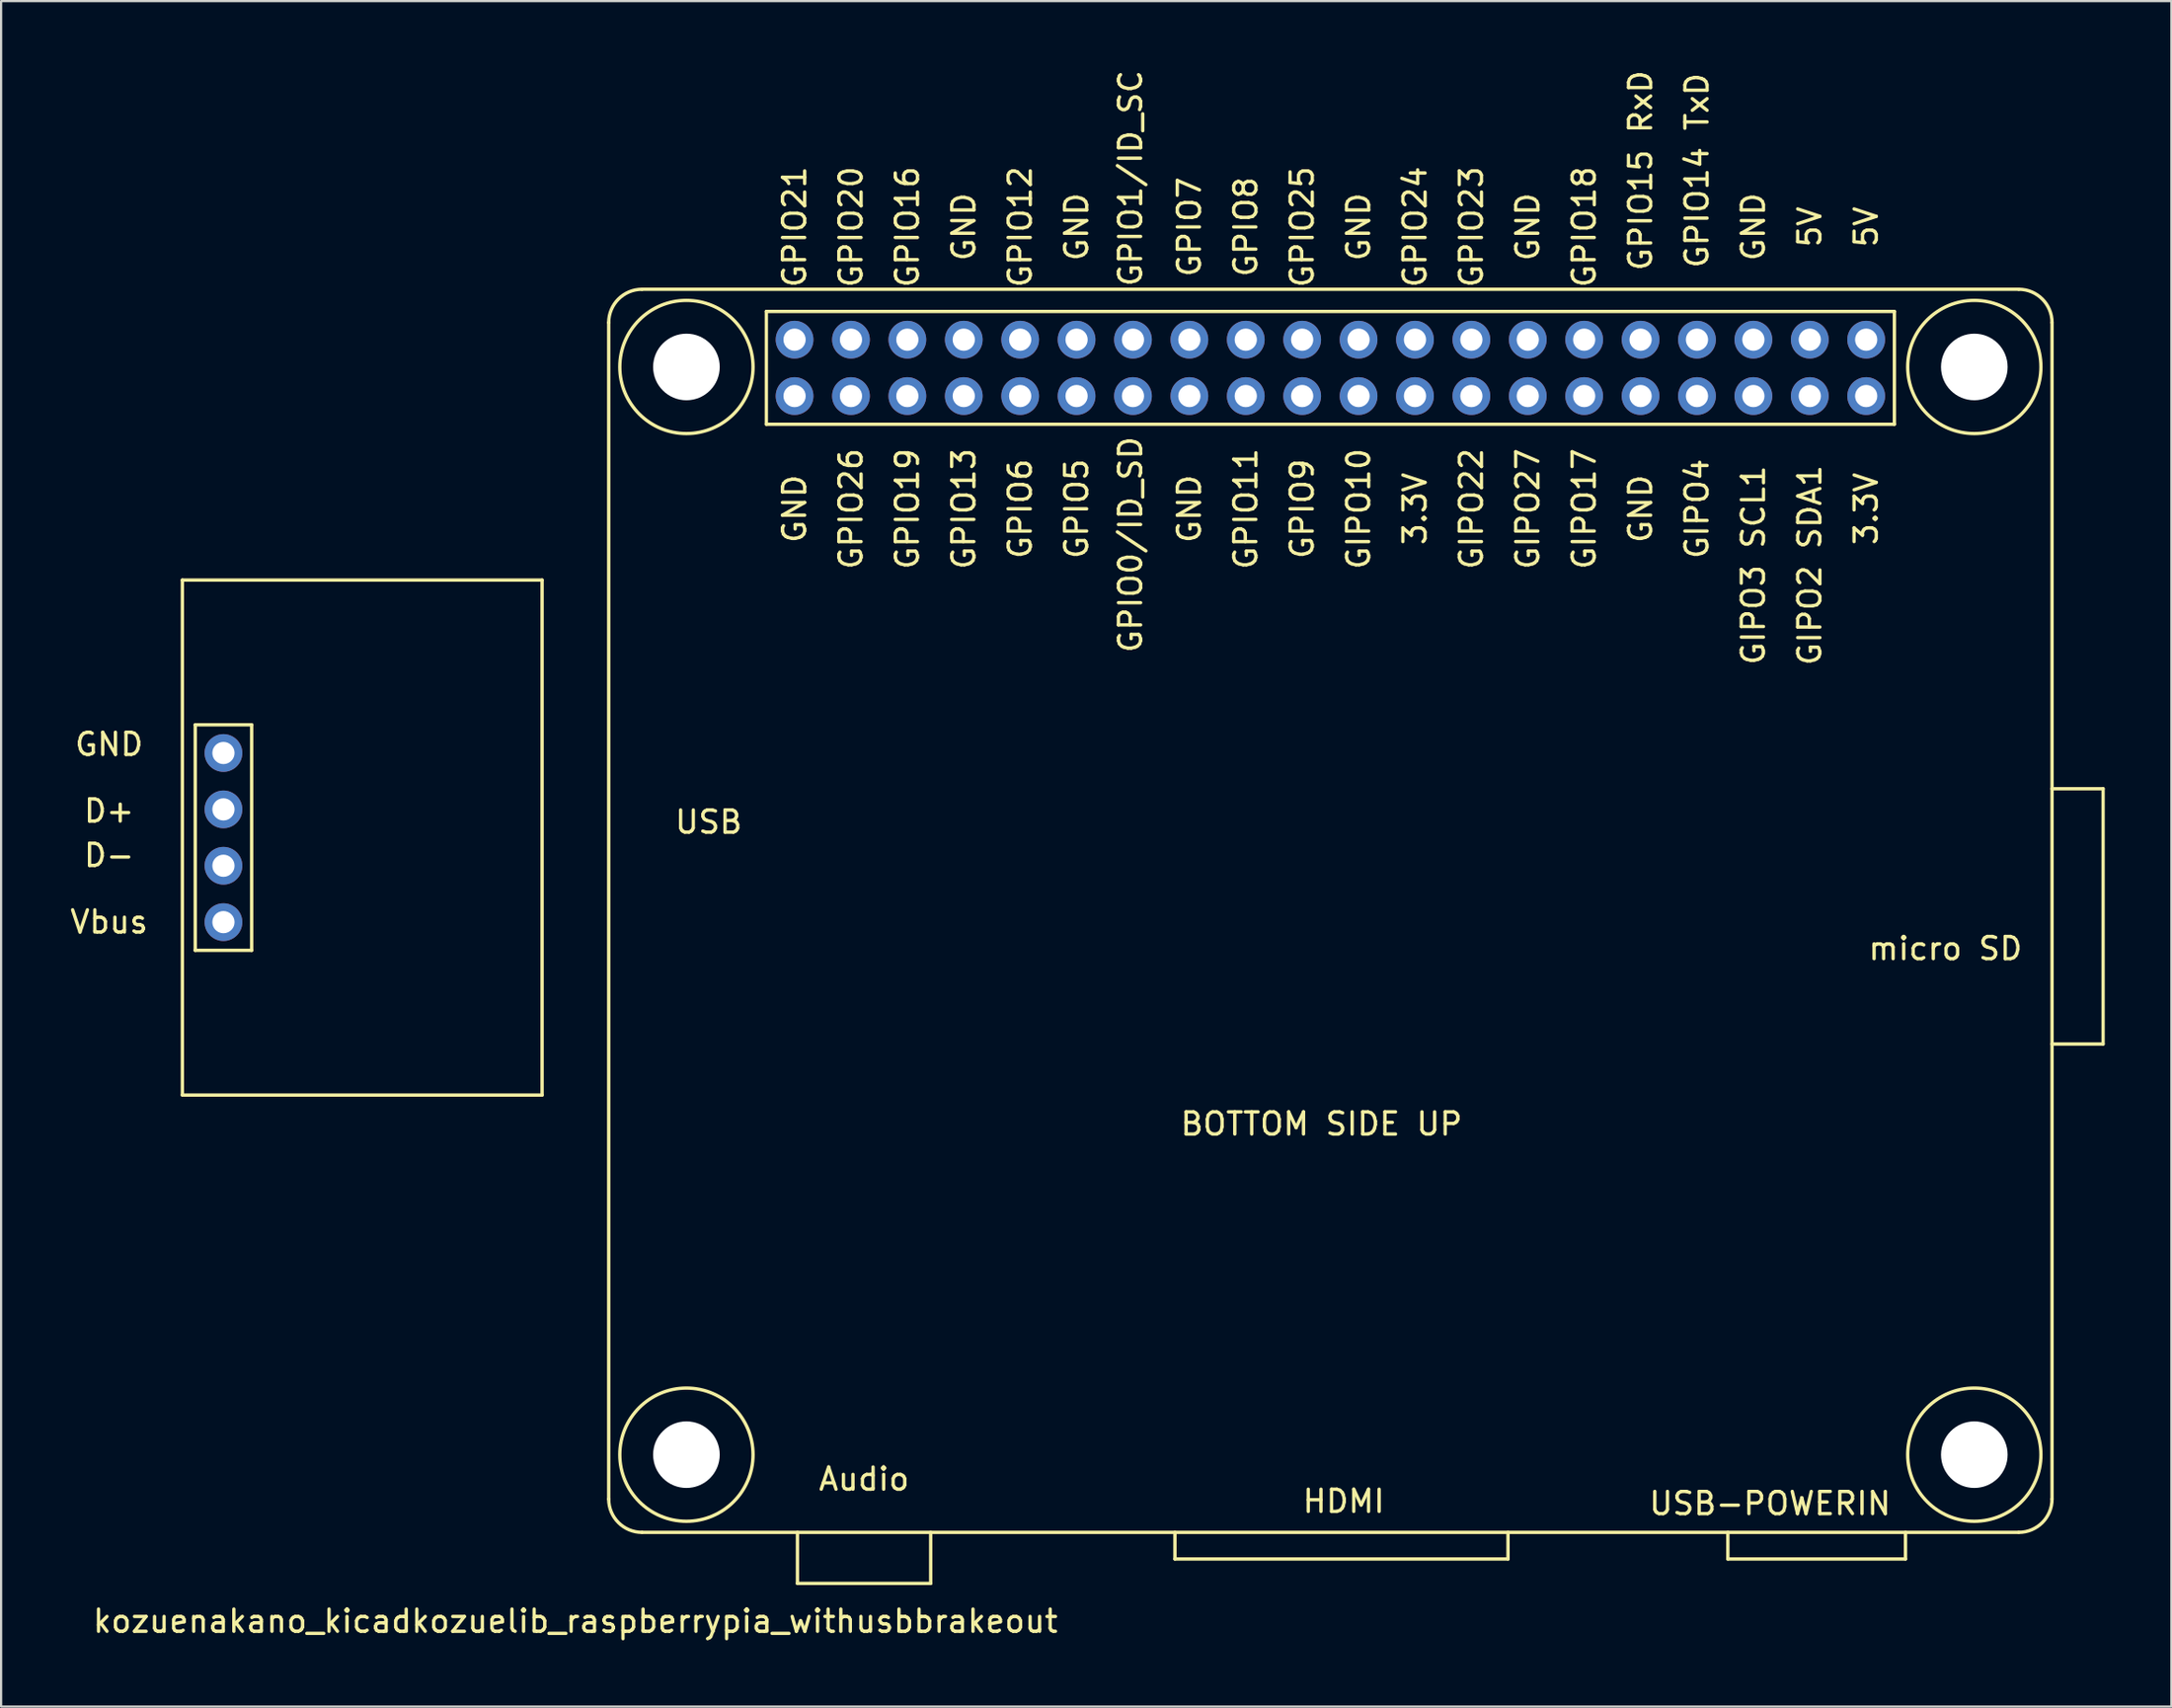
<source format=kicad_pcb>
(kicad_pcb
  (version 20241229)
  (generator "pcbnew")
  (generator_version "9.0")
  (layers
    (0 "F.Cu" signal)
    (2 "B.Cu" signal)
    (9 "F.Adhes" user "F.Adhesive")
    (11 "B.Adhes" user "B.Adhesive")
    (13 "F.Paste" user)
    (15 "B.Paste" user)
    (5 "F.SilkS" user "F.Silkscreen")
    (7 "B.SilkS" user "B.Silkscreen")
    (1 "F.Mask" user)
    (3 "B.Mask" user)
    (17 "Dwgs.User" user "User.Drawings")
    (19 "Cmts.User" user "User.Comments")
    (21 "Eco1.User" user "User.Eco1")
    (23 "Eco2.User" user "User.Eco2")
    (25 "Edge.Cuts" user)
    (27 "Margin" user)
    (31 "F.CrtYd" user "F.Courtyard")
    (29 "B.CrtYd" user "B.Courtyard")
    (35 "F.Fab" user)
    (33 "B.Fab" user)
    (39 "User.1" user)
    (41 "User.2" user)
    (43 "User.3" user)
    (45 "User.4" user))
  (footprint "kozuenakano_kicadkozuelib_raspberrypia_withusbbrakeout"
    (layer "F.Cu")
    (at 85.863 13.482)
    (property "Reference" "kozuenakano_kicadkozuelib_raspberrypia_withusbbrakeout" (at -63 56.5 0) (layer "F.SilkS") (effects (font (size 1 1) (thickness 0.15))))
    (attr through_hole)
    (fp_line (start -80.7 9.6) (end -80.7 32.8) (stroke (width 0.15) (type solid)) (layer "F.SilkS"))
    (fp_line (start -80.7 32.8) (end -64.5 32.8) (stroke (width 0.15) (type solid)) (layer "F.SilkS"))
    (fp_line (start -80.12 16.12) (end -77.58 16.12) (stroke (width 0.15) (type solid)) (layer "F.SilkS"))
    (fp_line (start -80.12 26.28) (end -80.12 16.12) (stroke (width 0.15) (type solid)) (layer "F.SilkS"))
    (fp_line (start -77.58 16.12) (end -77.58 26.28) (stroke (width 0.15) (type solid)) (layer "F.SilkS"))
    (fp_line (start -77.58 26.28) (end -80.12 26.28) (stroke (width 0.15) (type solid)) (layer "F.SilkS"))
    (fp_line (start -64.5 9.6) (end -80.7 9.6) (stroke (width 0.15) (type solid)) (layer "F.SilkS"))
    (fp_line (start -64.5 32.8) (end -64.5 9.6) (stroke (width 0.15) (type solid)) (layer "F.SilkS"))
    (fp_line (start -61.5 51) (end -61.5 -2) (stroke (width 0.15) (type solid)) (layer "F.SilkS"))
    (fp_line (start -54.4 -2.5) (end -54.4 2.58) (stroke (width 0.15) (type solid)) (layer "F.SilkS"))
    (fp_line (start -54.4 2.58) (end -3.6 2.58) (stroke (width 0.15) (type solid)) (layer "F.SilkS"))
    (fp_line (start -53 54.8) (end -53 52.5) (stroke (width 0.15) (type solid)) (layer "F.SilkS"))
    (fp_line (start -47 52.5) (end -47 54.8) (stroke (width 0.15) (type solid)) (layer "F.SilkS"))
    (fp_line (start -47 54.8) (end -53 54.8) (stroke (width 0.15) (type solid)) (layer "F.SilkS"))
    (fp_line (start -36 53.7) (end -36 52.5) (stroke (width 0.15) (type solid)) (layer "F.SilkS"))
    (fp_line (start -21 52.5) (end -21 53.7) (stroke (width 0.15) (type solid)) (layer "F.SilkS"))
    (fp_line (start -21 53.7) (end -36 53.7) (stroke (width 0.15) (type solid)) (layer "F.SilkS"))
    (fp_line (start -11.1 53.7) (end -11.1 52.5) (stroke (width 0.15) (type solid)) (layer "F.SilkS"))
    (fp_line (start -3.6 -2.5) (end -54.4 -2.5) (stroke (width 0.15) (type solid)) (layer "F.SilkS"))
    (fp_line (start -3.6 2.58) (end -3.6 -2.5) (stroke (width 0.15) (type solid)) (layer "F.SilkS"))
    (fp_line (start -3.1 52.5) (end -3.1 53.7) (stroke (width 0.15) (type solid)) (layer "F.SilkS"))
    (fp_line (start -3.1 53.7) (end -11.1 53.7) (stroke (width 0.15) (type solid)) (layer "F.SilkS"))
    (fp_line (start 2 -3.5) (end -60 -3.5) (stroke (width 0.15) (type solid)) (layer "F.SilkS"))
    (fp_line (start 2 52.5) (end -60 52.5) (stroke (width 0.15) (type solid)) (layer "F.SilkS"))
    (fp_line (start 3.5 -2) (end 3.5 51) (stroke (width 0.15) (type solid)) (layer "F.SilkS"))
    (fp_line (start 3.5 30.5) (end 5.8 30.5) (stroke (width 0.15) (type solid)) (layer "F.SilkS"))
    (fp_line (start 5.8 19) (end 3.5 19) (stroke (width 0.15) (type solid)) (layer "F.SilkS"))
    (fp_line (start 5.8 30.5) (end 5.8 19) (stroke (width 0.15) (type solid)) (layer "F.SilkS"))
    (fp_arc (start -61.5 -2) (mid -61.06066 -3.06066) (end -60 -3.5) (stroke (width 0.15) (type solid)) (layer "F.SilkS"))
    (fp_arc (start -60 52.5) (mid -61.06066 52.06066) (end -61.5 51) (stroke (width 0.15) (type solid)) (layer "F.SilkS"))
    (fp_arc (start 2 -3.5) (mid 3.06066 -3.06066) (end 3.5 -2) (stroke (width 0.15) (type solid)) (layer "F.SilkS"))
    (fp_arc (start 3.5 51) (mid 3.06066 52.06066) (end 2 52.5) (stroke (width 0.15) (type solid)) (layer "F.SilkS"))
    (fp_circle (center -58 0) (end -61 0) (stroke (width 0.15) (type solid)) (fill no) (layer "F.SilkS"))
    (fp_circle (center -58 49) (end -55 49) (stroke (width 0.15) (type solid)) (fill no) (layer "F.SilkS"))
    (fp_circle (center 0 0) (end 3 0) (stroke (width 0.15) (type solid)) (fill no) (layer "F.SilkS"))
    (fp_circle (center 0 49) (end 3 49) (stroke (width 0.15) (type solid)) (fill no) (layer "F.SilkS"))
    (fp_text user "D-" (at -84 22 0) (layer "F.SilkS") (effects (font (size 1 1) (thickness 0.15))))
    (fp_text user "USB" (at -57 20.5 0) (layer "F.SilkS") (effects (font (size 1 1) (thickness 0.15))))
    (fp_text user "GND" (at -84 17 0) (layer "F.SilkS") (effects (font (size 1 1) (thickness 0.15))))
    (fp_text user "GPIO15 RxD" (at -15.03 -8.85 90) (layer "F.SilkS") (effects (font (size 1 1) (thickness 0.15))))
    (fp_text user "GPIO12" (at -42.97 -6.31 90) (layer "F.SilkS") (effects (font (size 1 1) (thickness 0.15))))
    (fp_text user "GIPO3 SCL1" (at -9.95 8.93 90) (layer "F.SilkS") (effects (font (size 1 1) (thickness 0.15))))
    (fp_text user "GPIO19" (at -48.05 6.39 90) (layer "F.SilkS") (effects (font (size 1 1) (thickness 0.15))))
    (fp_text user "GND" (at -35.35 6.39 90) (layer "F.SilkS") (effects (font (size 1 1) (thickness 0.15))))
    (fp_text user "GND" (at -45.51 -6.31 90) (layer "F.SilkS") (effects (font (size 1 1) (thickness 0.15))))
    (fp_text user "GPIO13" (at -45.51 6.39 90) (layer "F.SilkS") (effects (font (size 1 1) (thickness 0.15))))
    (fp_text user "GND" (at -40.43 -6.31 90) (layer "F.SilkS") (effects (font (size 1 1) (thickness 0.15))))
    (fp_text user "GND" (at -53.13 6.39 90) (layer "F.SilkS") (effects (font (size 1 1) (thickness 0.15))))
    (fp_text user "3.3V" (at -25.19 6.39 90) (layer "F.SilkS") (effects (font (size 1 1) (thickness 0.15))))
    (fp_text user "GPIO6" (at -42.97 6.39 90) (layer "F.SilkS") (effects (font (size 1 1) (thickness 0.15))))
    (fp_text user "GPIO0/ID_SD" (at -38 8 90) (layer "F.SilkS") (effects (font (size 1 1) (thickness 0.15))))
    (fp_text user "GPIO5" (at -40.43 6.39 90) (layer "F.SilkS") (effects (font (size 1 1) (thickness 0.15))))
    (fp_text user "GPIO1/ID_SC" (at -38 -8.5 90) (layer "F.SilkS") (effects (font (size 1 1) (thickness 0.15))))
    (fp_text user "Audio" (at -50 50.1 0) (layer "F.SilkS") (effects (font (size 1 1) (thickness 0.15))))
    (fp_text user "GND" (at -9.95 -6.31 90) (layer "F.SilkS") (effects (font (size 1 1) (thickness 0.15))))
    (fp_text user "micro SD" (at -1.3 26.2 0) (layer "F.SilkS") (effects (font (size 1 1) (thickness 0.15))))
    (fp_text user "GPIO25" (at -30.27 -6.31 90) (layer "F.SilkS") (effects (font (size 1 1) (thickness 0.15))))
    (fp_text user "GPIO9" (at -30.27 6.39 90) (layer "F.SilkS") (effects (font (size 1 1) (thickness 0.15))))
    (fp_text user "5V" (at -4.87 -6.31 270) (layer "F.SilkS") (effects (font (size 1 1) (thickness 0.15))))
    (fp_text user "GIPO10" (at -27.73 6.39 90) (layer "F.SilkS") (effects (font (size 1 1) (thickness 0.15))))
    (fp_text user "GIPO4" (at -12.49 6.39 90) (layer "F.SilkS") (effects (font (size 1 1) (thickness 0.15))))
    (fp_text user "GND" (at -27.73 -6.31 90) (layer "F.SilkS") (effects (font (size 1 1) (thickness 0.15))))
    (fp_text user "Vbus" (at -84 25 0) (layer "F.SilkS") (effects (font (size 1 1) (thickness 0.15))))
    (fp_text user "GND" (at -20.11 -6.31 90) (layer "F.SilkS") (effects (font (size 1 1) (thickness 0.15))))
    (fp_text user "GPIO26" (at -50.59 6.39 90) (layer "F.SilkS") (effects (font (size 1 1) (thickness 0.15))))
    (fp_text user "GIPO2 SDA1" (at -7.41 8.93 90) (layer "F.SilkS") (effects (font (size 1 1) (thickness 0.15))))
    (fp_text user "GPIO14 TxD" (at -12.49 -8.85 90) (layer "F.SilkS") (effects (font (size 1 1) (thickness 0.15))))
    (fp_text user "GPIO11" (at -32.81 6.39 90) (layer "F.SilkS") (effects (font (size 1 1) (thickness 0.15))))
    (fp_text user "GPIO20" (at -50.59 -6.31 90) (layer "F.SilkS") (effects (font (size 1 1) (thickness 0.15))))
    (fp_text user "D+" (at -84 20 0) (layer "F.SilkS") (effects (font (size 1 1) (thickness 0.15))))
    (fp_text user "5V" (at -7.41 -6.31 90) (layer "F.SilkS") (effects (font (size 1 1) (thickness 0.15))))
    (fp_text user "GPIO23" (at -22.65 -6.31 90) (layer "F.SilkS") (effects (font (size 1 1) (thickness 0.15))))
    (fp_text user "GIPO27" (at -20.11 6.39 90) (layer "F.SilkS") (effects (font (size 1 1) (thickness 0.15))))
    (fp_text user "HDMI" (at -28.4 51.1 0) (layer "F.SilkS") (effects (font (size 1 1) (thickness 0.15))))
    (fp_text user "GIPO17" (at -17.57 6.39 90) (layer "F.SilkS") (effects (font (size 1 1) (thickness 0.15))))
    (fp_text user "USB-POWERIN" (at -9.2 51.2 0) (layer "F.SilkS") (effects (font (size 1 1) (thickness 0.15))))
    (fp_text user "GPIO7" (at -35.35 -6.31 90) (layer "F.SilkS") (effects (font (size 1 1) (thickness 0.15))))
    (fp_text user "GPIO24" (at -25.19 -6.31 90) (layer "F.SilkS") (effects (font (size 1 1) (thickness 0.15))))
    (fp_text user "GIPO22" (at -22.65 6.39 90) (layer "F.SilkS") (effects (font (size 1 1) (thickness 0.15))))
    (fp_text user "GND" (at -15.03 6.39 90) (layer "F.SilkS") (effects (font (size 1 1) (thickness 0.15))))
    (fp_text user "GPIO8" (at -32.81 -6.31 90) (layer "F.SilkS") (effects (font (size 1 1) (thickness 0.15))))
    (fp_text user "3.3V" (at -4.87 6.39 90) (layer "F.SilkS") (effects (font (size 1 1) (thickness 0.15))))
    (fp_text user "BOTTOM SIDE UP" (at -29.4 34.1 0) (layer "F.SilkS") (effects (font (size 1 1) (thickness 0.15))))
    (fp_text user "GPIO21" (at -53.13 -6.31 90) (layer "F.SilkS") (effects (font (size 1 1) (thickness 0.15))))
    (fp_text user "GPIO16" (at -48.05 -6.31 90) (layer "F.SilkS") (effects (font (size 1 1) (thickness 0.15))))
    (fp_text user "GPIO18" (at -17.57 -6.31 90) (layer "F.SilkS") (effects (font (size 1 1) (thickness 0.15))))
    (pad "" np_thru_hole circle (at -58 0) (size 3 3) (drill 3) (layers "*.Cu" "*.Mask"))
    (pad "" np_thru_hole circle (at -58 49) (size 3 3) (drill 3) (layers "*.Cu" "*.Mask"))
    (pad "" np_thru_hole circle (at 0 0) (size 3 3) (drill 3) (layers "*.Cu" "*.Mask"))
    (pad "" np_thru_hole circle (at 0 49) (size 3 3) (drill 3) (layers "*.Cu" "*.Mask"))
    (pad "1" thru_hole circle (at -4.87 1.31) (size 1.7 1.7) (drill 1) (layers "*.Cu" "*.Mask"))
    (pad "2" thru_hole circle (at -4.87 -1.23) (size 1.7 1.7) (drill 1) (layers "*.Cu" "*.Mask"))
    (pad "3" thru_hole circle (at -7.41 1.31) (size 1.7 1.7) (drill 1) (layers "*.Cu" "*.Mask"))
    (pad "4" thru_hole circle (at -7.41 -1.23) (size 1.7 1.7) (drill 1) (layers "*.Cu" "*.Mask"))
    (pad "5" thru_hole circle (at -9.95 1.31) (size 1.7 1.7) (drill 1) (layers "*.Cu" "*.Mask"))
    (pad "6" thru_hole circle (at -9.95 -1.23) (size 1.7 1.7) (drill 1) (layers "*.Cu" "*.Mask"))
    (pad "7" thru_hole circle (at -12.49 1.31) (size 1.7 1.7) (drill 1) (layers "*.Cu" "*.Mask"))
    (pad "8" thru_hole circle (at -12.49 -1.23) (size 1.7 1.7) (drill 1) (layers "*.Cu" "*.Mask"))
    (pad "9" thru_hole circle (at -15.03 1.31) (size 1.7 1.7) (drill 1) (layers "*.Cu" "*.Mask"))
    (pad "10" thru_hole circle (at -15.03 -1.23) (size 1.7 1.7) (drill 1) (layers "*.Cu" "*.Mask"))
    (pad "11" thru_hole circle (at -17.57 1.31) (size 1.7 1.7) (drill 1) (layers "*.Cu" "*.Mask"))
    (pad "12" thru_hole circle (at -17.57 -1.23) (size 1.7 1.7) (drill 1) (layers "*.Cu" "*.Mask"))
    (pad "13" thru_hole circle (at -20.11 1.31) (size 1.7 1.7) (drill 1) (layers "*.Cu" "*.Mask"))
    (pad "14" thru_hole circle (at -20.11 -1.23) (size 1.7 1.7) (drill 1) (layers "*.Cu" "*.Mask"))
    (pad "15" thru_hole circle (at -22.65 1.31) (size 1.7 1.7) (drill 1) (layers "*.Cu" "*.Mask"))
    (pad "16" thru_hole circle (at -22.65 -1.23) (size 1.7 1.7) (drill 1) (layers "*.Cu" "*.Mask"))
    (pad "17" thru_hole circle (at -25.19 1.31) (size 1.7 1.7) (drill 1) (layers "*.Cu" "*.Mask"))
    (pad "18" thru_hole circle (at -25.19 -1.23) (size 1.7 1.7) (drill 1) (layers "*.Cu" "*.Mask"))
    (pad "19" thru_hole circle (at -27.73 1.31) (size 1.7 1.7) (drill 1) (layers "*.Cu" "*.Mask"))
    (pad "20" thru_hole circle (at -27.73 -1.23) (size 1.7 1.7) (drill 1) (layers "*.Cu" "*.Mask"))
    (pad "21" thru_hole circle (at -30.27 1.31) (size 1.7 1.7) (drill 1) (layers "*.Cu" "*.Mask"))
    (pad "22" thru_hole circle (at -30.27 -1.23) (size 1.7 1.7) (drill 1) (layers "*.Cu" "*.Mask"))
    (pad "23" thru_hole circle (at -32.81 1.31) (size 1.7 1.7) (drill 1) (layers "*.Cu" "*.Mask"))
    (pad "24" thru_hole circle (at -32.81 -1.23) (size 1.7 1.7) (drill 1) (layers "*.Cu" "*.Mask"))
    (pad "25" thru_hole circle (at -35.35 1.31) (size 1.7 1.7) (drill 1) (layers "*.Cu" "*.Mask"))
    (pad "26" thru_hole circle (at -35.35 -1.23) (size 1.7 1.7) (drill 1) (layers "*.Cu" "*.Mask"))
    (pad "27" thru_hole circle (at -37.89 1.31) (size 1.7 1.7) (drill 1) (layers "*.Cu" "*.Mask"))
    (pad "28" thru_hole circle (at -37.89 -1.23) (size 1.7 1.7) (drill 1) (layers "*.Cu" "*.Mask"))
    (pad "29" thru_hole circle (at -40.43 1.31) (size 1.7 1.7) (drill 1) (layers "*.Cu" "*.Mask"))
    (pad "30" thru_hole circle (at -40.43 -1.23) (size 1.7 1.7) (drill 1) (layers "*.Cu" "*.Mask"))
    (pad "31" thru_hole circle (at -42.97 1.31) (size 1.7 1.7) (drill 1) (layers "*.Cu" "*.Mask"))
    (pad "32" thru_hole circle (at -42.97 -1.23) (size 1.7 1.7) (drill 1) (layers "*.Cu" "*.Mask"))
    (pad "33" thru_hole circle (at -45.51 1.31) (size 1.7 1.7) (drill 1) (layers "*.Cu" "*.Mask"))
    (pad "34" thru_hole circle (at -45.51 -1.23) (size 1.7 1.7) (drill 1) (layers "*.Cu" "*.Mask"))
    (pad "35" thru_hole circle (at -48.05 1.31) (size 1.7 1.7) (drill 1) (layers "*.Cu" "*.Mask"))
    (pad "36" thru_hole circle (at -48.05 -1.23) (size 1.7 1.7) (drill 1) (layers "*.Cu" "*.Mask"))
    (pad "37" thru_hole circle (at -50.59 1.31) (size 1.7 1.7) (drill 1) (layers "*.Cu" "*.Mask"))
    (pad "38" thru_hole circle (at -50.59 -1.23) (size 1.7 1.7) (drill 1) (layers "*.Cu" "*.Mask"))
    (pad "39" thru_hole circle (at -53.13 1.31) (size 1.7 1.7) (drill 1) (layers "*.Cu" "*.Mask"))
    (pad "40" thru_hole circle (at -53.13 -1.23) (size 1.7 1.7) (drill 1) (layers "*.Cu" "*.Mask"))
    (pad "41" thru_hole circle (at -78.85 25.01) (size 1.7 1.7) (drill 1) (layers "*.Cu" "*.Mask"))
    (pad "42" thru_hole circle (at -78.85 22.47) (size 1.7 1.7) (drill 1) (layers "*.Cu" "*.Mask"))
    (pad "43" thru_hole circle (at -78.85 19.93) (size 1.7 1.7) (drill 1) (layers "*.Cu" "*.Mask"))
    (pad "44" thru_hole circle (at -78.85 17.39) (size 1.7 1.7) (drill 1) (layers "*.Cu" "*.Mask")))
  (gr_rect
    (start -3 -3)
    (end 94.738 73.83)
    (stroke (width 0.1) (type default))
    (fill no)
    (layer "Edge.Cuts")))
</source>
